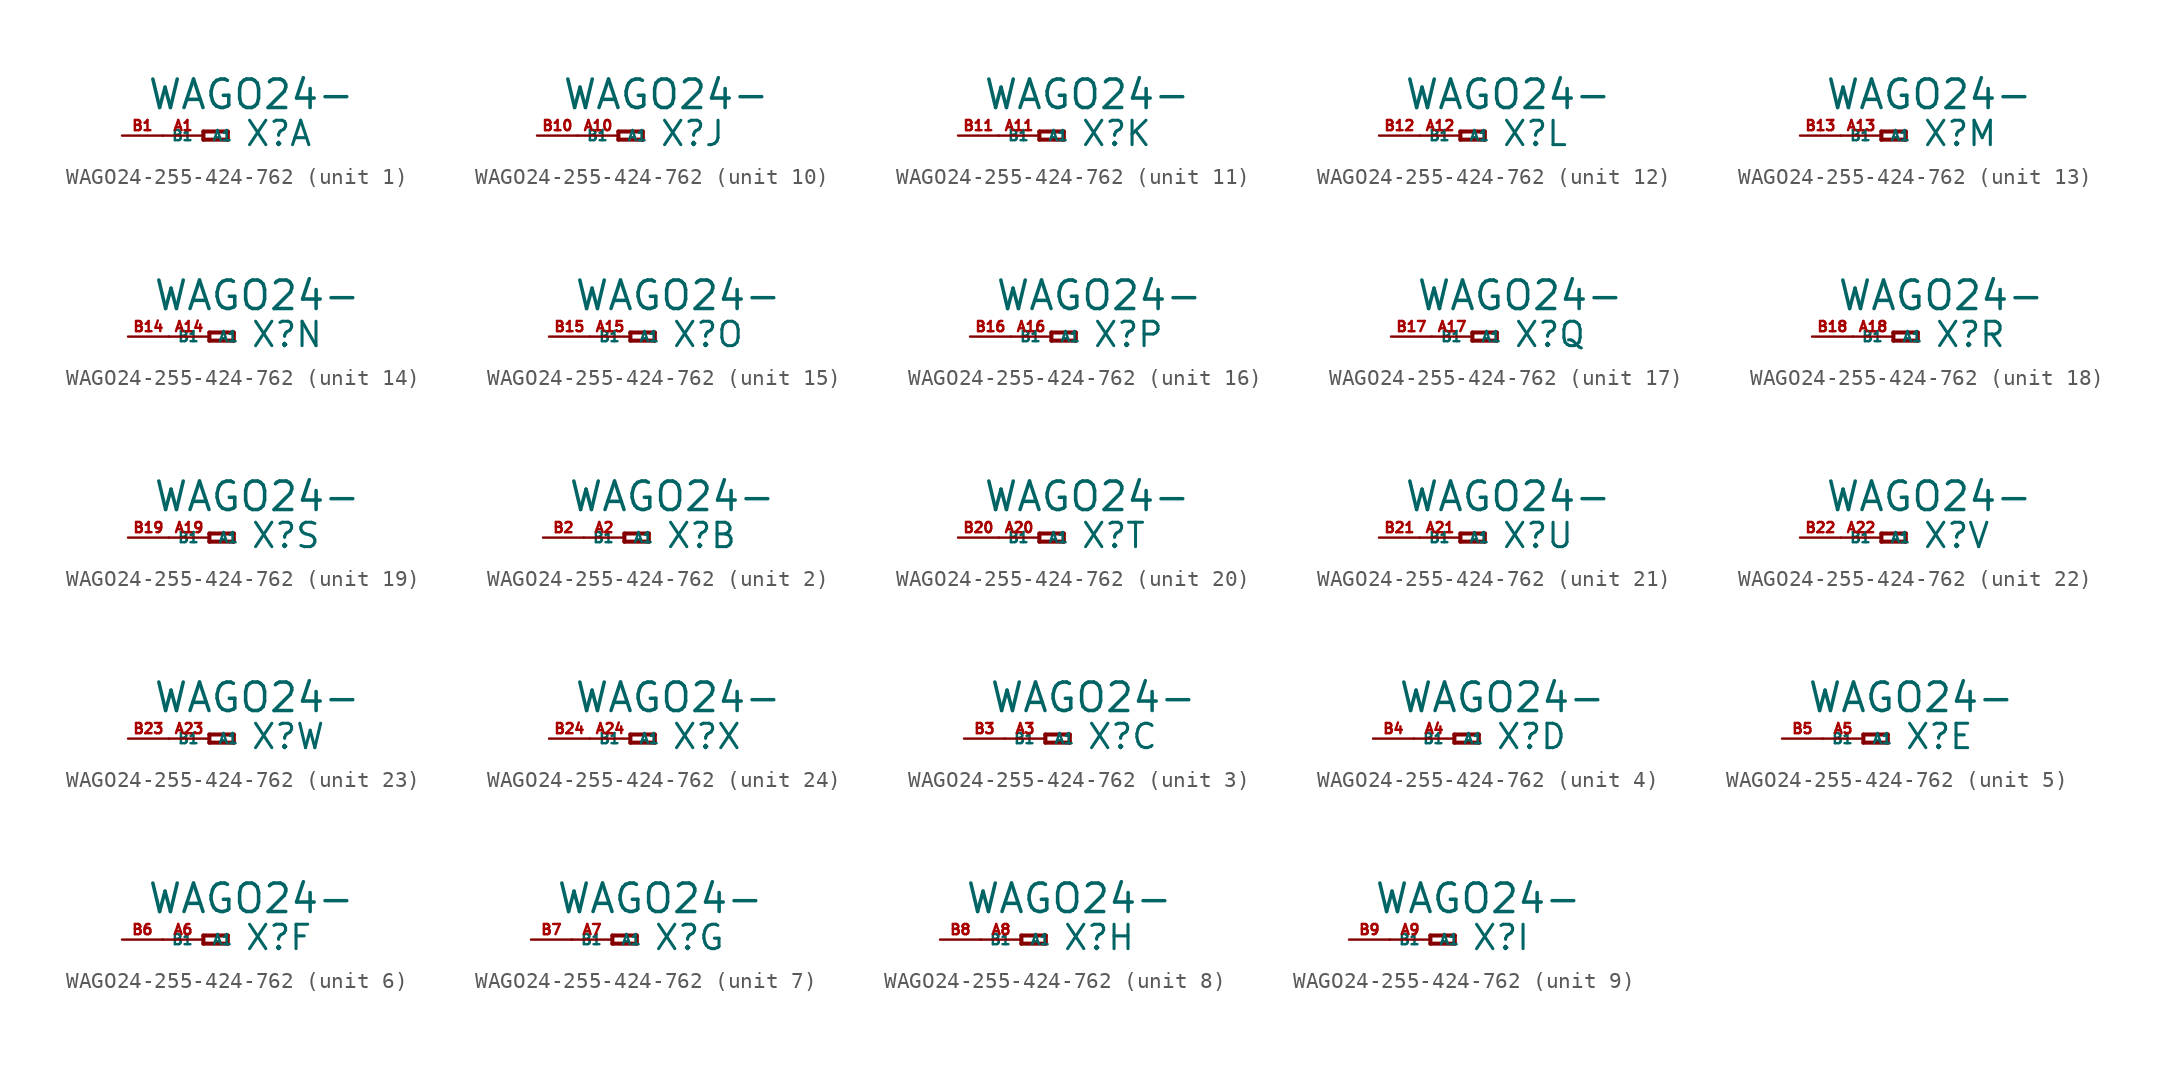
<source format=kicad_sym>
(kicad_symbol_lib
  (version 20220914)
  (generator Eagle2Kicad)
  (symbol "WAGO24-255-424-762"
    (property "Reference" "X"
      (at 2.54 -0.762 0)
      (effects (font (size 1.524 1.524) (thickness 0.19)) (justify left bottom)))
    (property "Value" "WAGO24-"
      (at -3.556 1.524 0)
      (effects (font (size 1.778 1.778) (thickness 0.22)) (justify left bottom)))
    (symbol "WAGO24-255-424-762_1_0"
      (polyline (pts (xy 0 0.254) (xy 0 -0.254)) (stroke (width 0.254) (type default)) (fill (type none)))
      (polyline (pts (xy 0 -0.254) (xy 1.524 -0.254)) (stroke (width 0.254) (type default)) (fill (type none)))
      (polyline (pts (xy 1.524 -0.254) (xy 1.524 0.254)) (stroke (width 0.254) (type default)) (fill (type none)))
      (polyline (pts (xy 1.524 0.254) (xy 0 0.254)) (stroke (width 0.254) (type default)) (fill (type none)))
      (pin passive line (at -2.54 0 0) (length 2.54) (name "A1" (effects (font (size 0.635 0.635) (thickness 0.08)) (justify left bottom))) (number "A1" (effects (font (size 0.635 0.635) (thickness 0.08)) (justify left bottom))))
      (pin passive line (at -5.08 0 0) (length 2.54) (name "B1" (effects (font (size 0.635 0.635) (thickness 0.08)) (justify left bottom))) (number "B1" (effects (font (size 0.635 0.635) (thickness 0.08)) (justify left bottom)))))
    (symbol "WAGO24-255-424-762_2_0"
      (polyline (pts (xy 0 0.254) (xy 0 -0.254)) (stroke (width 0.254) (type default)) (fill (type none)))
      (polyline (pts (xy 0 -0.254) (xy 1.524 -0.254)) (stroke (width 0.254) (type default)) (fill (type none)))
      (polyline (pts (xy 1.524 -0.254) (xy 1.524 0.254)) (stroke (width 0.254) (type default)) (fill (type none)))
      (polyline (pts (xy 1.524 0.254) (xy 0 0.254)) (stroke (width 0.254) (type default)) (fill (type none)))
      (pin passive line (at -2.54 0 0) (length 2.54) (name "A1" (effects (font (size 0.635 0.635) (thickness 0.08)) (justify left bottom))) (number "A2" (effects (font (size 0.635 0.635) (thickness 0.08)) (justify left bottom))))
      (pin passive line (at -5.08 0 0) (length 2.54) (name "B1" (effects (font (size 0.635 0.635) (thickness 0.08)) (justify left bottom))) (number "B2" (effects (font (size 0.635 0.635) (thickness 0.08)) (justify left bottom)))))
    (symbol "WAGO24-255-424-762_3_0"
      (polyline (pts (xy 0 0.254) (xy 0 -0.254)) (stroke (width 0.254) (type default)) (fill (type none)))
      (polyline (pts (xy 0 -0.254) (xy 1.524 -0.254)) (stroke (width 0.254) (type default)) (fill (type none)))
      (polyline (pts (xy 1.524 -0.254) (xy 1.524 0.254)) (stroke (width 0.254) (type default)) (fill (type none)))
      (polyline (pts (xy 1.524 0.254) (xy 0 0.254)) (stroke (width 0.254) (type default)) (fill (type none)))
      (pin passive line (at -2.54 0 0) (length 2.54) (name "A1" (effects (font (size 0.635 0.635) (thickness 0.08)) (justify left bottom))) (number "A3" (effects (font (size 0.635 0.635) (thickness 0.08)) (justify left bottom))))
      (pin passive line (at -5.08 0 0) (length 2.54) (name "B1" (effects (font (size 0.635 0.635) (thickness 0.08)) (justify left bottom))) (number "B3" (effects (font (size 0.635 0.635) (thickness 0.08)) (justify left bottom)))))
    (symbol "WAGO24-255-424-762_4_0"
      (polyline (pts (xy 0 0.254) (xy 0 -0.254)) (stroke (width 0.254) (type default)) (fill (type none)))
      (polyline (pts (xy 0 -0.254) (xy 1.524 -0.254)) (stroke (width 0.254) (type default)) (fill (type none)))
      (polyline (pts (xy 1.524 -0.254) (xy 1.524 0.254)) (stroke (width 0.254) (type default)) (fill (type none)))
      (polyline (pts (xy 1.524 0.254) (xy 0 0.254)) (stroke (width 0.254) (type default)) (fill (type none)))
      (pin passive line (at -2.54 0 0) (length 2.54) (name "A1" (effects (font (size 0.635 0.635) (thickness 0.08)) (justify left bottom))) (number "A4" (effects (font (size 0.635 0.635) (thickness 0.08)) (justify left bottom))))
      (pin passive line (at -5.08 0 0) (length 2.54) (name "B1" (effects (font (size 0.635 0.635) (thickness 0.08)) (justify left bottom))) (number "B4" (effects (font (size 0.635 0.635) (thickness 0.08)) (justify left bottom)))))
    (symbol "WAGO24-255-424-762_5_0"
      (polyline (pts (xy 0 0.254) (xy 0 -0.254)) (stroke (width 0.254) (type default)) (fill (type none)))
      (polyline (pts (xy 0 -0.254) (xy 1.524 -0.254)) (stroke (width 0.254) (type default)) (fill (type none)))
      (polyline (pts (xy 1.524 -0.254) (xy 1.524 0.254)) (stroke (width 0.254) (type default)) (fill (type none)))
      (polyline (pts (xy 1.524 0.254) (xy 0 0.254)) (stroke (width 0.254) (type default)) (fill (type none)))
      (pin passive line (at -2.54 0 0) (length 2.54) (name "A1" (effects (font (size 0.635 0.635) (thickness 0.08)) (justify left bottom))) (number "A5" (effects (font (size 0.635 0.635) (thickness 0.08)) (justify left bottom))))
      (pin passive line (at -5.08 0 0) (length 2.54) (name "B1" (effects (font (size 0.635 0.635) (thickness 0.08)) (justify left bottom))) (number "B5" (effects (font (size 0.635 0.635) (thickness 0.08)) (justify left bottom)))))
    (symbol "WAGO24-255-424-762_6_0"
      (polyline (pts (xy 0 0.254) (xy 0 -0.254)) (stroke (width 0.254) (type default)) (fill (type none)))
      (polyline (pts (xy 0 -0.254) (xy 1.524 -0.254)) (stroke (width 0.254) (type default)) (fill (type none)))
      (polyline (pts (xy 1.524 -0.254) (xy 1.524 0.254)) (stroke (width 0.254) (type default)) (fill (type none)))
      (polyline (pts (xy 1.524 0.254) (xy 0 0.254)) (stroke (width 0.254) (type default)) (fill (type none)))
      (pin passive line (at -2.54 0 0) (length 2.54) (name "A1" (effects (font (size 0.635 0.635) (thickness 0.08)) (justify left bottom))) (number "A6" (effects (font (size 0.635 0.635) (thickness 0.08)) (justify left bottom))))
      (pin passive line (at -5.08 0 0) (length 2.54) (name "B1" (effects (font (size 0.635 0.635) (thickness 0.08)) (justify left bottom))) (number "B6" (effects (font (size 0.635 0.635) (thickness 0.08)) (justify left bottom)))))
    (symbol "WAGO24-255-424-762_7_0"
      (polyline (pts (xy 0 0.254) (xy 0 -0.254)) (stroke (width 0.254) (type default)) (fill (type none)))
      (polyline (pts (xy 0 -0.254) (xy 1.524 -0.254)) (stroke (width 0.254) (type default)) (fill (type none)))
      (polyline (pts (xy 1.524 -0.254) (xy 1.524 0.254)) (stroke (width 0.254) (type default)) (fill (type none)))
      (polyline (pts (xy 1.524 0.254) (xy 0 0.254)) (stroke (width 0.254) (type default)) (fill (type none)))
      (pin passive line (at -2.54 0 0) (length 2.54) (name "A1" (effects (font (size 0.635 0.635) (thickness 0.08)) (justify left bottom))) (number "A7" (effects (font (size 0.635 0.635) (thickness 0.08)) (justify left bottom))))
      (pin passive line (at -5.08 0 0) (length 2.54) (name "B1" (effects (font (size 0.635 0.635) (thickness 0.08)) (justify left bottom))) (number "B7" (effects (font (size 0.635 0.635) (thickness 0.08)) (justify left bottom)))))
    (symbol "WAGO24-255-424-762_8_0"
      (polyline (pts (xy 0 0.254) (xy 0 -0.254)) (stroke (width 0.254) (type default)) (fill (type none)))
      (polyline (pts (xy 0 -0.254) (xy 1.524 -0.254)) (stroke (width 0.254) (type default)) (fill (type none)))
      (polyline (pts (xy 1.524 -0.254) (xy 1.524 0.254)) (stroke (width 0.254) (type default)) (fill (type none)))
      (polyline (pts (xy 1.524 0.254) (xy 0 0.254)) (stroke (width 0.254) (type default)) (fill (type none)))
      (pin passive line (at -2.54 0 0) (length 2.54) (name "A1" (effects (font (size 0.635 0.635) (thickness 0.08)) (justify left bottom))) (number "A8" (effects (font (size 0.635 0.635) (thickness 0.08)) (justify left bottom))))
      (pin passive line (at -5.08 0 0) (length 2.54) (name "B1" (effects (font (size 0.635 0.635) (thickness 0.08)) (justify left bottom))) (number "B8" (effects (font (size 0.635 0.635) (thickness 0.08)) (justify left bottom)))))
    (symbol "WAGO24-255-424-762_9_0"
      (polyline (pts (xy 0 0.254) (xy 0 -0.254)) (stroke (width 0.254) (type default)) (fill (type none)))
      (polyline (pts (xy 0 -0.254) (xy 1.524 -0.254)) (stroke (width 0.254) (type default)) (fill (type none)))
      (polyline (pts (xy 1.524 -0.254) (xy 1.524 0.254)) (stroke (width 0.254) (type default)) (fill (type none)))
      (polyline (pts (xy 1.524 0.254) (xy 0 0.254)) (stroke (width 0.254) (type default)) (fill (type none)))
      (pin passive line (at -2.54 0 0) (length 2.54) (name "A1" (effects (font (size 0.635 0.635) (thickness 0.08)) (justify left bottom))) (number "A9" (effects (font (size 0.635 0.635) (thickness 0.08)) (justify left bottom))))
      (pin passive line (at -5.08 0 0) (length 2.54) (name "B1" (effects (font (size 0.635 0.635) (thickness 0.08)) (justify left bottom))) (number "B9" (effects (font (size 0.635 0.635) (thickness 0.08)) (justify left bottom)))))
    (symbol "WAGO24-255-424-762_10_0"
      (polyline (pts (xy 0 0.254) (xy 0 -0.254)) (stroke (width 0.254) (type default)) (fill (type none)))
      (polyline (pts (xy 0 -0.254) (xy 1.524 -0.254)) (stroke (width 0.254) (type default)) (fill (type none)))
      (polyline (pts (xy 1.524 -0.254) (xy 1.524 0.254)) (stroke (width 0.254) (type default)) (fill (type none)))
      (polyline (pts (xy 1.524 0.254) (xy 0 0.254)) (stroke (width 0.254) (type default)) (fill (type none)))
      (pin passive line (at -2.54 0 0) (length 2.54) (name "A1" (effects (font (size 0.635 0.635) (thickness 0.08)) (justify left bottom))) (number "A10" (effects (font (size 0.635 0.635) (thickness 0.08)) (justify left bottom))))
      (pin passive line (at -5.08 0 0) (length 2.54) (name "B1" (effects (font (size 0.635 0.635) (thickness 0.08)) (justify left bottom))) (number "B10" (effects (font (size 0.635 0.635) (thickness 0.08)) (justify left bottom)))))
    (symbol "WAGO24-255-424-762_11_0"
      (polyline (pts (xy 0 0.254) (xy 0 -0.254)) (stroke (width 0.254) (type default)) (fill (type none)))
      (polyline (pts (xy 0 -0.254) (xy 1.524 -0.254)) (stroke (width 0.254) (type default)) (fill (type none)))
      (polyline (pts (xy 1.524 -0.254) (xy 1.524 0.254)) (stroke (width 0.254) (type default)) (fill (type none)))
      (polyline (pts (xy 1.524 0.254) (xy 0 0.254)) (stroke (width 0.254) (type default)) (fill (type none)))
      (pin passive line (at -2.54 0 0) (length 2.54) (name "A1" (effects (font (size 0.635 0.635) (thickness 0.08)) (justify left bottom))) (number "A11" (effects (font (size 0.635 0.635) (thickness 0.08)) (justify left bottom))))
      (pin passive line (at -5.08 0 0) (length 2.54) (name "B1" (effects (font (size 0.635 0.635) (thickness 0.08)) (justify left bottom))) (number "B11" (effects (font (size 0.635 0.635) (thickness 0.08)) (justify left bottom)))))
    (symbol "WAGO24-255-424-762_12_0"
      (polyline (pts (xy 0 0.254) (xy 0 -0.254)) (stroke (width 0.254) (type default)) (fill (type none)))
      (polyline (pts (xy 0 -0.254) (xy 1.524 -0.254)) (stroke (width 0.254) (type default)) (fill (type none)))
      (polyline (pts (xy 1.524 -0.254) (xy 1.524 0.254)) (stroke (width 0.254) (type default)) (fill (type none)))
      (polyline (pts (xy 1.524 0.254) (xy 0 0.254)) (stroke (width 0.254) (type default)) (fill (type none)))
      (pin passive line (at -2.54 0 0) (length 2.54) (name "A1" (effects (font (size 0.635 0.635) (thickness 0.08)) (justify left bottom))) (number "A12" (effects (font (size 0.635 0.635) (thickness 0.08)) (justify left bottom))))
      (pin passive line (at -5.08 0 0) (length 2.54) (name "B1" (effects (font (size 0.635 0.635) (thickness 0.08)) (justify left bottom))) (number "B12" (effects (font (size 0.635 0.635) (thickness 0.08)) (justify left bottom)))))
    (symbol "WAGO24-255-424-762_13_0"
      (polyline (pts (xy 0 0.254) (xy 0 -0.254)) (stroke (width 0.254) (type default)) (fill (type none)))
      (polyline (pts (xy 0 -0.254) (xy 1.524 -0.254)) (stroke (width 0.254) (type default)) (fill (type none)))
      (polyline (pts (xy 1.524 -0.254) (xy 1.524 0.254)) (stroke (width 0.254) (type default)) (fill (type none)))
      (polyline (pts (xy 1.524 0.254) (xy 0 0.254)) (stroke (width 0.254) (type default)) (fill (type none)))
      (pin passive line (at -2.54 0 0) (length 2.54) (name "A1" (effects (font (size 0.635 0.635) (thickness 0.08)) (justify left bottom))) (number "A13" (effects (font (size 0.635 0.635) (thickness 0.08)) (justify left bottom))))
      (pin passive line (at -5.08 0 0) (length 2.54) (name "B1" (effects (font (size 0.635 0.635) (thickness 0.08)) (justify left bottom))) (number "B13" (effects (font (size 0.635 0.635) (thickness 0.08)) (justify left bottom)))))
    (symbol "WAGO24-255-424-762_14_0"
      (polyline (pts (xy 0 0.254) (xy 0 -0.254)) (stroke (width 0.254) (type default)) (fill (type none)))
      (polyline (pts (xy 0 -0.254) (xy 1.524 -0.254)) (stroke (width 0.254) (type default)) (fill (type none)))
      (polyline (pts (xy 1.524 -0.254) (xy 1.524 0.254)) (stroke (width 0.254) (type default)) (fill (type none)))
      (polyline (pts (xy 1.524 0.254) (xy 0 0.254)) (stroke (width 0.254) (type default)) (fill (type none)))
      (pin passive line (at -2.54 0 0) (length 2.54) (name "A1" (effects (font (size 0.635 0.635) (thickness 0.08)) (justify left bottom))) (number "A14" (effects (font (size 0.635 0.635) (thickness 0.08)) (justify left bottom))))
      (pin passive line (at -5.08 0 0) (length 2.54) (name "B1" (effects (font (size 0.635 0.635) (thickness 0.08)) (justify left bottom))) (number "B14" (effects (font (size 0.635 0.635) (thickness 0.08)) (justify left bottom)))))
    (symbol "WAGO24-255-424-762_15_0"
      (polyline (pts (xy 0 0.254) (xy 0 -0.254)) (stroke (width 0.254) (type default)) (fill (type none)))
      (polyline (pts (xy 0 -0.254) (xy 1.524 -0.254)) (stroke (width 0.254) (type default)) (fill (type none)))
      (polyline (pts (xy 1.524 -0.254) (xy 1.524 0.254)) (stroke (width 0.254) (type default)) (fill (type none)))
      (polyline (pts (xy 1.524 0.254) (xy 0 0.254)) (stroke (width 0.254) (type default)) (fill (type none)))
      (pin passive line (at -2.54 0 0) (length 2.54) (name "A1" (effects (font (size 0.635 0.635) (thickness 0.08)) (justify left bottom))) (number "A15" (effects (font (size 0.635 0.635) (thickness 0.08)) (justify left bottom))))
      (pin passive line (at -5.08 0 0) (length 2.54) (name "B1" (effects (font (size 0.635 0.635) (thickness 0.08)) (justify left bottom))) (number "B15" (effects (font (size 0.635 0.635) (thickness 0.08)) (justify left bottom)))))
    (symbol "WAGO24-255-424-762_16_0"
      (polyline (pts (xy 0 0.254) (xy 0 -0.254)) (stroke (width 0.254) (type default)) (fill (type none)))
      (polyline (pts (xy 0 -0.254) (xy 1.524 -0.254)) (stroke (width 0.254) (type default)) (fill (type none)))
      (polyline (pts (xy 1.524 -0.254) (xy 1.524 0.254)) (stroke (width 0.254) (type default)) (fill (type none)))
      (polyline (pts (xy 1.524 0.254) (xy 0 0.254)) (stroke (width 0.254) (type default)) (fill (type none)))
      (pin passive line (at -2.54 0 0) (length 2.54) (name "A1" (effects (font (size 0.635 0.635) (thickness 0.08)) (justify left bottom))) (number "A16" (effects (font (size 0.635 0.635) (thickness 0.08)) (justify left bottom))))
      (pin passive line (at -5.08 0 0) (length 2.54) (name "B1" (effects (font (size 0.635 0.635) (thickness 0.08)) (justify left bottom))) (number "B16" (effects (font (size 0.635 0.635) (thickness 0.08)) (justify left bottom)))))
    (symbol "WAGO24-255-424-762_17_0"
      (polyline (pts (xy 0 0.254) (xy 0 -0.254)) (stroke (width 0.254) (type default)) (fill (type none)))
      (polyline (pts (xy 0 -0.254) (xy 1.524 -0.254)) (stroke (width 0.254) (type default)) (fill (type none)))
      (polyline (pts (xy 1.524 -0.254) (xy 1.524 0.254)) (stroke (width 0.254) (type default)) (fill (type none)))
      (polyline (pts (xy 1.524 0.254) (xy 0 0.254)) (stroke (width 0.254) (type default)) (fill (type none)))
      (pin passive line (at -2.54 0 0) (length 2.54) (name "A1" (effects (font (size 0.635 0.635) (thickness 0.08)) (justify left bottom))) (number "A17" (effects (font (size 0.635 0.635) (thickness 0.08)) (justify left bottom))))
      (pin passive line (at -5.08 0 0) (length 2.54) (name "B1" (effects (font (size 0.635 0.635) (thickness 0.08)) (justify left bottom))) (number "B17" (effects (font (size 0.635 0.635) (thickness 0.08)) (justify left bottom)))))
    (symbol "WAGO24-255-424-762_18_0"
      (polyline (pts (xy 0 0.254) (xy 0 -0.254)) (stroke (width 0.254) (type default)) (fill (type none)))
      (polyline (pts (xy 0 -0.254) (xy 1.524 -0.254)) (stroke (width 0.254) (type default)) (fill (type none)))
      (polyline (pts (xy 1.524 -0.254) (xy 1.524 0.254)) (stroke (width 0.254) (type default)) (fill (type none)))
      (polyline (pts (xy 1.524 0.254) (xy 0 0.254)) (stroke (width 0.254) (type default)) (fill (type none)))
      (pin passive line (at -2.54 0 0) (length 2.54) (name "A1" (effects (font (size 0.635 0.635) (thickness 0.08)) (justify left bottom))) (number "A18" (effects (font (size 0.635 0.635) (thickness 0.08)) (justify left bottom))))
      (pin passive line (at -5.08 0 0) (length 2.54) (name "B1" (effects (font (size 0.635 0.635) (thickness 0.08)) (justify left bottom))) (number "B18" (effects (font (size 0.635 0.635) (thickness 0.08)) (justify left bottom)))))
    (symbol "WAGO24-255-424-762_19_0"
      (polyline (pts (xy 0 0.254) (xy 0 -0.254)) (stroke (width 0.254) (type default)) (fill (type none)))
      (polyline (pts (xy 0 -0.254) (xy 1.524 -0.254)) (stroke (width 0.254) (type default)) (fill (type none)))
      (polyline (pts (xy 1.524 -0.254) (xy 1.524 0.254)) (stroke (width 0.254) (type default)) (fill (type none)))
      (polyline (pts (xy 1.524 0.254) (xy 0 0.254)) (stroke (width 0.254) (type default)) (fill (type none)))
      (pin passive line (at -2.54 0 0) (length 2.54) (name "A1" (effects (font (size 0.635 0.635) (thickness 0.08)) (justify left bottom))) (number "A19" (effects (font (size 0.635 0.635) (thickness 0.08)) (justify left bottom))))
      (pin passive line (at -5.08 0 0) (length 2.54) (name "B1" (effects (font (size 0.635 0.635) (thickness 0.08)) (justify left bottom))) (number "B19" (effects (font (size 0.635 0.635) (thickness 0.08)) (justify left bottom)))))
    (symbol "WAGO24-255-424-762_20_0"
      (polyline (pts (xy 0 0.254) (xy 0 -0.254)) (stroke (width 0.254) (type default)) (fill (type none)))
      (polyline (pts (xy 0 -0.254) (xy 1.524 -0.254)) (stroke (width 0.254) (type default)) (fill (type none)))
      (polyline (pts (xy 1.524 -0.254) (xy 1.524 0.254)) (stroke (width 0.254) (type default)) (fill (type none)))
      (polyline (pts (xy 1.524 0.254) (xy 0 0.254)) (stroke (width 0.254) (type default)) (fill (type none)))
      (pin passive line (at -2.54 0 0) (length 2.54) (name "A1" (effects (font (size 0.635 0.635) (thickness 0.08)) (justify left bottom))) (number "A20" (effects (font (size 0.635 0.635) (thickness 0.08)) (justify left bottom))))
      (pin passive line (at -5.08 0 0) (length 2.54) (name "B1" (effects (font (size 0.635 0.635) (thickness 0.08)) (justify left bottom))) (number "B20" (effects (font (size 0.635 0.635) (thickness 0.08)) (justify left bottom)))))
    (symbol "WAGO24-255-424-762_21_0"
      (polyline (pts (xy 0 0.254) (xy 0 -0.254)) (stroke (width 0.254) (type default)) (fill (type none)))
      (polyline (pts (xy 0 -0.254) (xy 1.524 -0.254)) (stroke (width 0.254) (type default)) (fill (type none)))
      (polyline (pts (xy 1.524 -0.254) (xy 1.524 0.254)) (stroke (width 0.254) (type default)) (fill (type none)))
      (polyline (pts (xy 1.524 0.254) (xy 0 0.254)) (stroke (width 0.254) (type default)) (fill (type none)))
      (pin passive line (at -2.54 0 0) (length 2.54) (name "A1" (effects (font (size 0.635 0.635) (thickness 0.08)) (justify left bottom))) (number "A21" (effects (font (size 0.635 0.635) (thickness 0.08)) (justify left bottom))))
      (pin passive line (at -5.08 0 0) (length 2.54) (name "B1" (effects (font (size 0.635 0.635) (thickness 0.08)) (justify left bottom))) (number "B21" (effects (font (size 0.635 0.635) (thickness 0.08)) (justify left bottom)))))
    (symbol "WAGO24-255-424-762_22_0"
      (polyline (pts (xy 0 0.254) (xy 0 -0.254)) (stroke (width 0.254) (type default)) (fill (type none)))
      (polyline (pts (xy 0 -0.254) (xy 1.524 -0.254)) (stroke (width 0.254) (type default)) (fill (type none)))
      (polyline (pts (xy 1.524 -0.254) (xy 1.524 0.254)) (stroke (width 0.254) (type default)) (fill (type none)))
      (polyline (pts (xy 1.524 0.254) (xy 0 0.254)) (stroke (width 0.254) (type default)) (fill (type none)))
      (pin passive line (at -2.54 0 0) (length 2.54) (name "A1" (effects (font (size 0.635 0.635) (thickness 0.08)) (justify left bottom))) (number "A22" (effects (font (size 0.635 0.635) (thickness 0.08)) (justify left bottom))))
      (pin passive line (at -5.08 0 0) (length 2.54) (name "B1" (effects (font (size 0.635 0.635) (thickness 0.08)) (justify left bottom))) (number "B22" (effects (font (size 0.635 0.635) (thickness 0.08)) (justify left bottom)))))
    (symbol "WAGO24-255-424-762_23_0"
      (polyline (pts (xy 0 0.254) (xy 0 -0.254)) (stroke (width 0.254) (type default)) (fill (type none)))
      (polyline (pts (xy 0 -0.254) (xy 1.524 -0.254)) (stroke (width 0.254) (type default)) (fill (type none)))
      (polyline (pts (xy 1.524 -0.254) (xy 1.524 0.254)) (stroke (width 0.254) (type default)) (fill (type none)))
      (polyline (pts (xy 1.524 0.254) (xy 0 0.254)) (stroke (width 0.254) (type default)) (fill (type none)))
      (pin passive line (at -2.54 0 0) (length 2.54) (name "A1" (effects (font (size 0.635 0.635) (thickness 0.08)) (justify left bottom))) (number "A23" (effects (font (size 0.635 0.635) (thickness 0.08)) (justify left bottom))))
      (pin passive line (at -5.08 0 0) (length 2.54) (name "B1" (effects (font (size 0.635 0.635) (thickness 0.08)) (justify left bottom))) (number "B23" (effects (font (size 0.635 0.635) (thickness 0.08)) (justify left bottom)))))
    (symbol "WAGO24-255-424-762_24_0"
      (polyline (pts (xy 0 0.254) (xy 0 -0.254)) (stroke (width 0.254) (type default)) (fill (type none)))
      (polyline (pts (xy 0 -0.254) (xy 1.524 -0.254)) (stroke (width 0.254) (type default)) (fill (type none)))
      (polyline (pts (xy 1.524 -0.254) (xy 1.524 0.254)) (stroke (width 0.254) (type default)) (fill (type none)))
      (polyline (pts (xy 1.524 0.254) (xy 0 0.254)) (stroke (width 0.254) (type default)) (fill (type none)))
      (pin passive line (at -2.54 0 0) (length 2.54) (name "A1" (effects (font (size 0.635 0.635) (thickness 0.08)) (justify left bottom))) (number "A24" (effects (font (size 0.635 0.635) (thickness 0.08)) (justify left bottom))))
      (pin passive line (at -5.08 0 0) (length 2.54) (name "B1" (effects (font (size 0.635 0.635) (thickness 0.08)) (justify left bottom))) (number "B24" (effects (font (size 0.635 0.635) (thickness 0.08)) (justify left bottom)))))))
</source>
